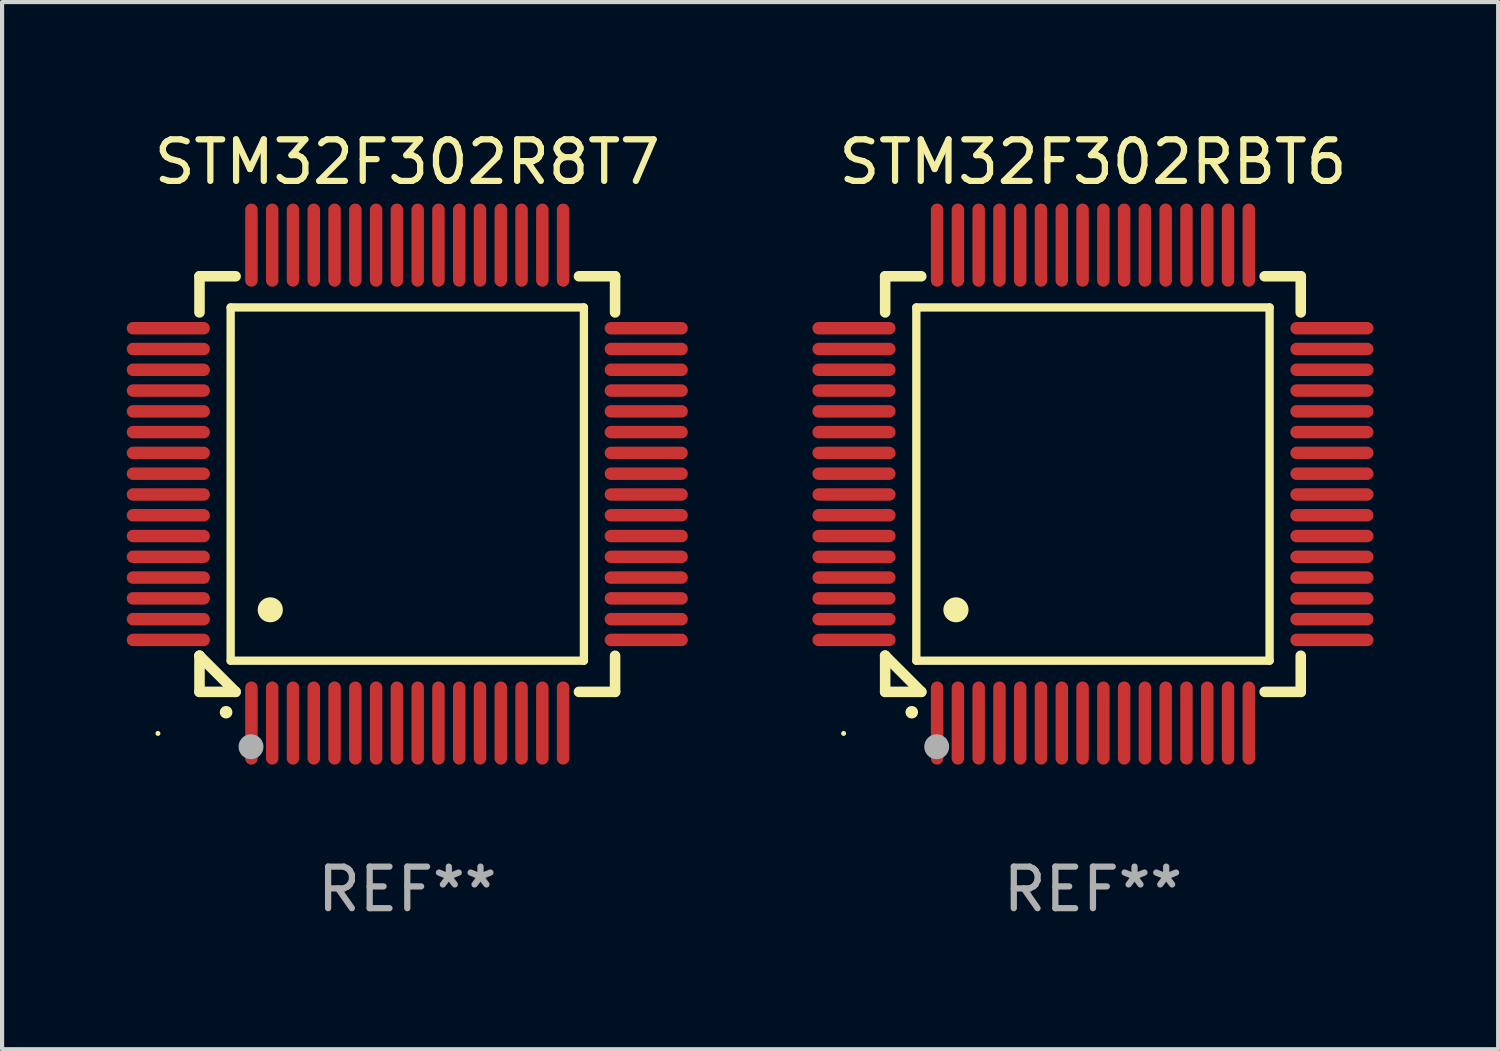
<source format=kicad_pcb>
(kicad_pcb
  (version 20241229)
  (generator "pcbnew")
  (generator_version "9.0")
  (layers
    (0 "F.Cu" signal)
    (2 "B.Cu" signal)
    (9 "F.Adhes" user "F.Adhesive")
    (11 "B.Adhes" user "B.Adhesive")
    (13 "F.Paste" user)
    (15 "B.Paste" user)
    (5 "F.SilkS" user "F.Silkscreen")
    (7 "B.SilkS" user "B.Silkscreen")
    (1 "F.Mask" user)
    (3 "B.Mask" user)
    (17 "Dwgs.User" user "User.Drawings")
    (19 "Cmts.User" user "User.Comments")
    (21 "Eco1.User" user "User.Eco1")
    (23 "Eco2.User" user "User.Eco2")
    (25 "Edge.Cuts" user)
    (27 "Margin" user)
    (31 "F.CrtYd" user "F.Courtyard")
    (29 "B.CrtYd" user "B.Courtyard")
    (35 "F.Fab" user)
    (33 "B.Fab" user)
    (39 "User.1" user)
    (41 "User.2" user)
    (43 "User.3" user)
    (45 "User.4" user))
  (footprint "STM32F302R8T7"
    (layer "F.Cu")
    (at 6.75 8.598)
    (property "Reference" "STM32F302R8T7" (at 0 -7.75 0) (layer "F.SilkS") (effects (font (size 1 1) (thickness 0.15))))
    (attr through_hole)
    (fp_line (start -5 -5) (end -4.131 -5) (stroke (width 0.254) (type solid)) (layer "F.SilkS"))
    (fp_line (start -5 -4.131) (end -5 -5) (stroke (width 0.254) (type solid)) (layer "F.SilkS"))
    (fp_line (start -5 4.131) (end -5 4.131) (stroke (width 0.254) (type solid)) (layer "F.SilkS"))
    (fp_line (start -5 5) (end -5 4.131) (stroke (width 0.254) (type solid)) (layer "F.SilkS"))
    (fp_line (start -5 4.131) (end -4.131 5) (stroke (width 0.254) (type solid)) (layer "F.SilkS"))
    (fp_line (start -4.25 -4.25) (end -4.25 4.25) (stroke (width 0.2) (type solid)) (layer "F.SilkS"))
    (fp_line (start -4.25 4.25) (end 4.25 4.25) (stroke (width 0.2) (type solid)) (layer "F.SilkS"))
    (fp_line (start -4.131 5) (end -5 5) (stroke (width 0.254) (type solid)) (layer "F.SilkS"))
    (fp_line (start 4.25 -4.25) (end -4.25 -4.25) (stroke (width 0.2) (type solid)) (layer "F.SilkS"))
    (fp_line (start 4.25 4.25) (end 4.25 -4.25) (stroke (width 0.2) (type solid)) (layer "F.SilkS"))
    (fp_line (start 5 -5) (end 4.131 -5) (stroke (width 0.254) (type solid)) (layer "F.SilkS"))
    (fp_line (start 5 -5) (end 5 -4.131) (stroke (width 0.254) (type solid)) (layer "F.SilkS"))
    (fp_line (start 5 4.131) (end 5 5) (stroke (width 0.254) (type solid)) (layer "F.SilkS"))
    (fp_line (start 5 5) (end 4.131 5) (stroke (width 0.254) (type solid)) (layer "F.SilkS"))
    (fp_arc (start -4.361265 5.489992) (mid -4.359995 5.489987) (end -4.358725 5.489992) (stroke (width 0.3) (type solid)) (layer "F.SilkS"))
    (fp_arc (start -3.299467 3.025146) (mid -3.296927 3.025135) (end -3.294387 3.025146) (stroke (width 0.6) (type solid)) (layer "F.SilkS"))
    (fp_circle (center -6 6) (end -5.97 6) (stroke (width 0.06) (type solid)) (fill no) (layer "F.SilkS"))
    (fp_circle (center -3.76 6.32) (end -3.61 6.32) (stroke (width 0.3) (type solid)) (fill no) (layer "F.Fab"))
    (fp_text user "REF**" (at 0 9.75 0) (layer "F.Fab") (effects (font (size 1 1) (thickness 0.15))))
    (pad "1" smd oval (at -3.75 5.75) (size 0.3 2) (layers "F.Cu" "F.Mask" "F.Paste"))
    (pad "2" smd oval (at -3.25 5.75) (size 0.3 2) (layers "F.Cu" "F.Mask" "F.Paste"))
    (pad "3" smd oval (at -2.75 5.75) (size 0.3 2) (layers "F.Cu" "F.Mask" "F.Paste"))
    (pad "4" smd oval (at -2.25 5.75) (size 0.3 2) (layers "F.Cu" "F.Mask" "F.Paste"))
    (pad "5" smd oval (at -1.75 5.75) (size 0.3 2) (layers "F.Cu" "F.Mask" "F.Paste"))
    (pad "6" smd oval (at -1.25 5.75) (size 0.3 2) (layers "F.Cu" "F.Mask" "F.Paste"))
    (pad "7" smd oval (at -0.75 5.75) (size 0.3 2) (layers "F.Cu" "F.Mask" "F.Paste"))
    (pad "8" smd oval (at -0.25 5.75) (size 0.3 2) (layers "F.Cu" "F.Mask" "F.Paste"))
    (pad "9" smd oval (at 0.25 5.75) (size 0.3 2) (layers "F.Cu" "F.Mask" "F.Paste"))
    (pad "10" smd oval (at 0.75 5.75) (size 0.3 2) (layers "F.Cu" "F.Mask" "F.Paste"))
    (pad "11" smd oval (at 1.25 5.75) (size 0.3 2) (layers "F.Cu" "F.Mask" "F.Paste"))
    (pad "12" smd oval (at 1.75 5.75) (size 0.3 2) (layers "F.Cu" "F.Mask" "F.Paste"))
    (pad "13" smd oval (at 2.25 5.75) (size 0.3 2) (layers "F.Cu" "F.Mask" "F.Paste"))
    (pad "14" smd oval (at 2.75 5.75) (size 0.3 2) (layers "F.Cu" "F.Mask" "F.Paste"))
    (pad "15" smd oval (at 3.25 5.75) (size 0.3 2) (layers "F.Cu" "F.Mask" "F.Paste"))
    (pad "16" smd oval (at 3.75 5.75) (size 0.3 2) (layers "F.Cu" "F.Mask" "F.Paste"))
    (pad "17" smd oval (at 5.75 3.75) (size 2 0.3) (layers "F.Cu" "F.Mask" "F.Paste"))
    (pad "18" smd oval (at 5.75 3.25) (size 2 0.3) (layers "F.Cu" "F.Mask" "F.Paste"))
    (pad "19" smd oval (at 5.75 2.75) (size 2 0.3) (layers "F.Cu" "F.Mask" "F.Paste"))
    (pad "20" smd oval (at 5.75 2.25) (size 2 0.3) (layers "F.Cu" "F.Mask" "F.Paste"))
    (pad "21" smd oval (at 5.75 1.75) (size 2 0.3) (layers "F.Cu" "F.Mask" "F.Paste"))
    (pad "22" smd oval (at 5.75 1.25) (size 2 0.3) (layers "F.Cu" "F.Mask" "F.Paste"))
    (pad "23" smd oval (at 5.75 0.75) (size 2 0.3) (layers "F.Cu" "F.Mask" "F.Paste"))
    (pad "24" smd oval (at 5.75 0.25) (size 2 0.3) (layers "F.Cu" "F.Mask" "F.Paste"))
    (pad "25" smd oval (at 5.75 -0.25) (size 2 0.3) (layers "F.Cu" "F.Mask" "F.Paste"))
    (pad "26" smd oval (at 5.75 -0.75) (size 2 0.3) (layers "F.Cu" "F.Mask" "F.Paste"))
    (pad "27" smd oval (at 5.75 -1.25) (size 2 0.3) (layers "F.Cu" "F.Mask" "F.Paste"))
    (pad "28" smd oval (at 5.75 -1.75) (size 2 0.3) (layers "F.Cu" "F.Mask" "F.Paste"))
    (pad "29" smd oval (at 5.75 -2.25) (size 2 0.3) (layers "F.Cu" "F.Mask" "F.Paste"))
    (pad "30" smd oval (at 5.75 -2.75) (size 2 0.3) (layers "F.Cu" "F.Mask" "F.Paste"))
    (pad "31" smd oval (at 5.75 -3.25) (size 2 0.3) (layers "F.Cu" "F.Mask" "F.Paste"))
    (pad "32" smd oval (at 5.75 -3.75) (size 2 0.3) (layers "F.Cu" "F.Mask" "F.Paste"))
    (pad "33" smd oval (at 3.75 -5.75) (size 0.3 2) (layers "F.Cu" "F.Mask" "F.Paste"))
    (pad "34" smd oval (at 3.25 -5.75) (size 0.3 2) (layers "F.Cu" "F.Mask" "F.Paste"))
    (pad "35" smd oval (at 2.75 -5.75) (size 0.3 2) (layers "F.Cu" "F.Mask" "F.Paste"))
    (pad "36" smd oval (at 2.25 -5.75) (size 0.3 2) (layers "F.Cu" "F.Mask" "F.Paste"))
    (pad "37" smd oval (at 1.75 -5.75) (size 0.3 2) (layers "F.Cu" "F.Mask" "F.Paste"))
    (pad "38" smd oval (at 1.25 -5.75) (size 0.3 2) (layers "F.Cu" "F.Mask" "F.Paste"))
    (pad "39" smd oval (at 0.75 -5.75) (size 0.3 2) (layers "F.Cu" "F.Mask" "F.Paste"))
    (pad "40" smd oval (at 0.25 -5.75) (size 0.3 2) (layers "F.Cu" "F.Mask" "F.Paste"))
    (pad "41" smd oval (at -0.25 -5.75) (size 0.3 2) (layers "F.Cu" "F.Mask" "F.Paste"))
    (pad "42" smd oval (at -0.75 -5.75) (size 0.3 2) (layers "F.Cu" "F.Mask" "F.Paste"))
    (pad "43" smd oval (at -1.25 -5.75) (size 0.3 2) (layers "F.Cu" "F.Mask" "F.Paste"))
    (pad "44" smd oval (at -1.75 -5.75) (size 0.3 2) (layers "F.Cu" "F.Mask" "F.Paste"))
    (pad "45" smd oval (at -2.25 -5.75) (size 0.3 2) (layers "F.Cu" "F.Mask" "F.Paste"))
    (pad "46" smd oval (at -2.75 -5.75) (size 0.3 2) (layers "F.Cu" "F.Mask" "F.Paste"))
    (pad "47" smd oval (at -3.25 -5.75) (size 0.3 2) (layers "F.Cu" "F.Mask" "F.Paste"))
    (pad "48" smd oval (at -3.75 -5.75) (size 0.3 2) (layers "F.Cu" "F.Mask" "F.Paste"))
    (pad "49" smd oval (at -5.75 -3.75) (size 2 0.3) (layers "F.Cu" "F.Mask" "F.Paste"))
    (pad "50" smd oval (at -5.75 -3.25) (size 2 0.3) (layers "F.Cu" "F.Mask" "F.Paste"))
    (pad "51" smd oval (at -5.75 -2.75) (size 2 0.3) (layers "F.Cu" "F.Mask" "F.Paste"))
    (pad "52" smd oval (at -5.75 -2.25) (size 2 0.3) (layers "F.Cu" "F.Mask" "F.Paste"))
    (pad "53" smd oval (at -5.75 -1.75) (size 2 0.3) (layers "F.Cu" "F.Mask" "F.Paste"))
    (pad "54" smd oval (at -5.75 -1.25) (size 2 0.3) (layers "F.Cu" "F.Mask" "F.Paste"))
    (pad "55" smd oval (at -5.75 -0.75) (size 2 0.3) (layers "F.Cu" "F.Mask" "F.Paste"))
    (pad "56" smd oval (at -5.75 -0.25) (size 2 0.3) (layers "F.Cu" "F.Mask" "F.Paste"))
    (pad "57" smd oval (at -5.75 0.25) (size 2 0.3) (layers "F.Cu" "F.Mask" "F.Paste"))
    (pad "58" smd oval (at -5.75 0.75) (size 2 0.3) (layers "F.Cu" "F.Mask" "F.Paste"))
    (pad "59" smd oval (at -5.75 1.25) (size 2 0.3) (layers "F.Cu" "F.Mask" "F.Paste"))
    (pad "60" smd oval (at -5.75 1.75) (size 2 0.3) (layers "F.Cu" "F.Mask" "F.Paste"))
    (pad "61" smd oval (at -5.75 2.25) (size 2 0.3) (layers "F.Cu" "F.Mask" "F.Paste"))
    (pad "62" smd oval (at -5.75 2.75) (size 2 0.3) (layers "F.Cu" "F.Mask" "F.Paste"))
    (pad "63" smd oval (at -5.75 3.25) (size 2 0.3) (layers "F.Cu" "F.Mask" "F.Paste"))
    (pad "64" smd oval (at -5.75 3.75) (size 2 0.3) (layers "F.Cu" "F.Mask" "F.Paste")))
  (footprint "STM32F302RBT6"
    (layer "F.Cu")
    (at 23.249 8.598)
    (property "Reference" "STM32F302RBT6" (at 0 -7.75 0) (layer "F.SilkS") (effects (font (size 1 1) (thickness 0.15))))
    (attr through_hole)
    (fp_line (start -5 -5) (end -4.131 -5) (stroke (width 0.254) (type solid)) (layer "F.SilkS"))
    (fp_line (start -5 -4.131) (end -5 -5) (stroke (width 0.254) (type solid)) (layer "F.SilkS"))
    (fp_line (start -5 4.131) (end -5 4.131) (stroke (width 0.254) (type solid)) (layer "F.SilkS"))
    (fp_line (start -5 5) (end -5 4.131) (stroke (width 0.254) (type solid)) (layer "F.SilkS"))
    (fp_line (start -5 4.131) (end -4.131 5) (stroke (width 0.254) (type solid)) (layer "F.SilkS"))
    (fp_line (start -4.25 -4.25) (end -4.25 4.25) (stroke (width 0.2) (type solid)) (layer "F.SilkS"))
    (fp_line (start -4.25 4.25) (end 4.25 4.25) (stroke (width 0.2) (type solid)) (layer "F.SilkS"))
    (fp_line (start -4.131 5) (end -5 5) (stroke (width 0.254) (type solid)) (layer "F.SilkS"))
    (fp_line (start 4.25 -4.25) (end -4.25 -4.25) (stroke (width 0.2) (type solid)) (layer "F.SilkS"))
    (fp_line (start 4.25 4.25) (end 4.25 -4.25) (stroke (width 0.2) (type solid)) (layer "F.SilkS"))
    (fp_line (start 5 -5) (end 4.131 -5) (stroke (width 0.254) (type solid)) (layer "F.SilkS"))
    (fp_line (start 5 -5) (end 5 -4.131) (stroke (width 0.254) (type solid)) (layer "F.SilkS"))
    (fp_line (start 5 4.131) (end 5 5) (stroke (width 0.254) (type solid)) (layer "F.SilkS"))
    (fp_line (start 5 5) (end 4.131 5) (stroke (width 0.254) (type solid)) (layer "F.SilkS"))
    (fp_arc (start -4.361265 5.489992) (mid -4.359995 5.489987) (end -4.358725 5.489992) (stroke (width 0.3) (type solid)) (layer "F.SilkS"))
    (fp_arc (start -3.299467 3.025146) (mid -3.296927 3.025135) (end -3.294387 3.025146) (stroke (width 0.6) (type solid)) (layer "F.SilkS"))
    (fp_circle (center -6 6) (end -5.97 6) (stroke (width 0.06) (type solid)) (fill no) (layer "F.SilkS"))
    (fp_circle (center -3.76 6.32) (end -3.61 6.32) (stroke (width 0.3) (type solid)) (fill no) (layer "F.Fab"))
    (fp_text user "REF**" (at 0 9.75 0) (layer "F.Fab") (effects (font (size 1 1) (thickness 0.15))))
    (pad "1" smd oval (at -3.75 5.75) (size 0.3 2) (layers "F.Cu" "F.Mask" "F.Paste"))
    (pad "2" smd oval (at -3.25 5.75) (size 0.3 2) (layers "F.Cu" "F.Mask" "F.Paste"))
    (pad "3" smd oval (at -2.75 5.75) (size 0.3 2) (layers "F.Cu" "F.Mask" "F.Paste"))
    (pad "4" smd oval (at -2.25 5.75) (size 0.3 2) (layers "F.Cu" "F.Mask" "F.Paste"))
    (pad "5" smd oval (at -1.75 5.75) (size 0.3 2) (layers "F.Cu" "F.Mask" "F.Paste"))
    (pad "6" smd oval (at -1.25 5.75) (size 0.3 2) (layers "F.Cu" "F.Mask" "F.Paste"))
    (pad "7" smd oval (at -0.75 5.75) (size 0.3 2) (layers "F.Cu" "F.Mask" "F.Paste"))
    (pad "8" smd oval (at -0.25 5.75) (size 0.3 2) (layers "F.Cu" "F.Mask" "F.Paste"))
    (pad "9" smd oval (at 0.25 5.75) (size 0.3 2) (layers "F.Cu" "F.Mask" "F.Paste"))
    (pad "10" smd oval (at 0.75 5.75) (size 0.3 2) (layers "F.Cu" "F.Mask" "F.Paste"))
    (pad "11" smd oval (at 1.25 5.75) (size 0.3 2) (layers "F.Cu" "F.Mask" "F.Paste"))
    (pad "12" smd oval (at 1.75 5.75) (size 0.3 2) (layers "F.Cu" "F.Mask" "F.Paste"))
    (pad "13" smd oval (at 2.25 5.75) (size 0.3 2) (layers "F.Cu" "F.Mask" "F.Paste"))
    (pad "14" smd oval (at 2.75 5.75) (size 0.3 2) (layers "F.Cu" "F.Mask" "F.Paste"))
    (pad "15" smd oval (at 3.25 5.75) (size 0.3 2) (layers "F.Cu" "F.Mask" "F.Paste"))
    (pad "16" smd oval (at 3.75 5.75) (size 0.3 2) (layers "F.Cu" "F.Mask" "F.Paste"))
    (pad "17" smd oval (at 5.75 3.75) (size 2 0.3) (layers "F.Cu" "F.Mask" "F.Paste"))
    (pad "18" smd oval (at 5.75 3.25) (size 2 0.3) (layers "F.Cu" "F.Mask" "F.Paste"))
    (pad "19" smd oval (at 5.75 2.75) (size 2 0.3) (layers "F.Cu" "F.Mask" "F.Paste"))
    (pad "20" smd oval (at 5.75 2.25) (size 2 0.3) (layers "F.Cu" "F.Mask" "F.Paste"))
    (pad "21" smd oval (at 5.75 1.75) (size 2 0.3) (layers "F.Cu" "F.Mask" "F.Paste"))
    (pad "22" smd oval (at 5.75 1.25) (size 2 0.3) (layers "F.Cu" "F.Mask" "F.Paste"))
    (pad "23" smd oval (at 5.75 0.75) (size 2 0.3) (layers "F.Cu" "F.Mask" "F.Paste"))
    (pad "24" smd oval (at 5.75 0.25) (size 2 0.3) (layers "F.Cu" "F.Mask" "F.Paste"))
    (pad "25" smd oval (at 5.75 -0.25) (size 2 0.3) (layers "F.Cu" "F.Mask" "F.Paste"))
    (pad "26" smd oval (at 5.75 -0.75) (size 2 0.3) (layers "F.Cu" "F.Mask" "F.Paste"))
    (pad "27" smd oval (at 5.75 -1.25) (size 2 0.3) (layers "F.Cu" "F.Mask" "F.Paste"))
    (pad "28" smd oval (at 5.75 -1.75) (size 2 0.3) (layers "F.Cu" "F.Mask" "F.Paste"))
    (pad "29" smd oval (at 5.75 -2.25) (size 2 0.3) (layers "F.Cu" "F.Mask" "F.Paste"))
    (pad "30" smd oval (at 5.75 -2.75) (size 2 0.3) (layers "F.Cu" "F.Mask" "F.Paste"))
    (pad "31" smd oval (at 5.75 -3.25) (size 2 0.3) (layers "F.Cu" "F.Mask" "F.Paste"))
    (pad "32" smd oval (at 5.75 -3.75) (size 2 0.3) (layers "F.Cu" "F.Mask" "F.Paste"))
    (pad "33" smd oval (at 3.75 -5.75) (size 0.3 2) (layers "F.Cu" "F.Mask" "F.Paste"))
    (pad "34" smd oval (at 3.25 -5.75) (size 0.3 2) (layers "F.Cu" "F.Mask" "F.Paste"))
    (pad "35" smd oval (at 2.75 -5.75) (size 0.3 2) (layers "F.Cu" "F.Mask" "F.Paste"))
    (pad "36" smd oval (at 2.25 -5.75) (size 0.3 2) (layers "F.Cu" "F.Mask" "F.Paste"))
    (pad "37" smd oval (at 1.75 -5.75) (size 0.3 2) (layers "F.Cu" "F.Mask" "F.Paste"))
    (pad "38" smd oval (at 1.25 -5.75) (size 0.3 2) (layers "F.Cu" "F.Mask" "F.Paste"))
    (pad "39" smd oval (at 0.75 -5.75) (size 0.3 2) (layers "F.Cu" "F.Mask" "F.Paste"))
    (pad "40" smd oval (at 0.25 -5.75) (size 0.3 2) (layers "F.Cu" "F.Mask" "F.Paste"))
    (pad "41" smd oval (at -0.25 -5.75) (size 0.3 2) (layers "F.Cu" "F.Mask" "F.Paste"))
    (pad "42" smd oval (at -0.75 -5.75) (size 0.3 2) (layers "F.Cu" "F.Mask" "F.Paste"))
    (pad "43" smd oval (at -1.25 -5.75) (size 0.3 2) (layers "F.Cu" "F.Mask" "F.Paste"))
    (pad "44" smd oval (at -1.75 -5.75) (size 0.3 2) (layers "F.Cu" "F.Mask" "F.Paste"))
    (pad "45" smd oval (at -2.25 -5.75) (size 0.3 2) (layers "F.Cu" "F.Mask" "F.Paste"))
    (pad "46" smd oval (at -2.75 -5.75) (size 0.3 2) (layers "F.Cu" "F.Mask" "F.Paste"))
    (pad "47" smd oval (at -3.25 -5.75) (size 0.3 2) (layers "F.Cu" "F.Mask" "F.Paste"))
    (pad "48" smd oval (at -3.75 -5.75) (size 0.3 2) (layers "F.Cu" "F.Mask" "F.Paste"))
    (pad "49" smd oval (at -5.75 -3.75) (size 2 0.3) (layers "F.Cu" "F.Mask" "F.Paste"))
    (pad "50" smd oval (at -5.75 -3.25) (size 2 0.3) (layers "F.Cu" "F.Mask" "F.Paste"))
    (pad "51" smd oval (at -5.75 -2.75) (size 2 0.3) (layers "F.Cu" "F.Mask" "F.Paste"))
    (pad "52" smd oval (at -5.75 -2.25) (size 2 0.3) (layers "F.Cu" "F.Mask" "F.Paste"))
    (pad "53" smd oval (at -5.75 -1.75) (size 2 0.3) (layers "F.Cu" "F.Mask" "F.Paste"))
    (pad "54" smd oval (at -5.75 -1.25) (size 2 0.3) (layers "F.Cu" "F.Mask" "F.Paste"))
    (pad "55" smd oval (at -5.75 -0.75) (size 2 0.3) (layers "F.Cu" "F.Mask" "F.Paste"))
    (pad "56" smd oval (at -5.75 -0.25) (size 2 0.3) (layers "F.Cu" "F.Mask" "F.Paste"))
    (pad "57" smd oval (at -5.75 0.25) (size 2 0.3) (layers "F.Cu" "F.Mask" "F.Paste"))
    (pad "58" smd oval (at -5.75 0.75) (size 2 0.3) (layers "F.Cu" "F.Mask" "F.Paste"))
    (pad "59" smd oval (at -5.75 1.25) (size 2 0.3) (layers "F.Cu" "F.Mask" "F.Paste"))
    (pad "60" smd oval (at -5.75 1.75) (size 2 0.3) (layers "F.Cu" "F.Mask" "F.Paste"))
    (pad "61" smd oval (at -5.75 2.25) (size 2 0.3) (layers "F.Cu" "F.Mask" "F.Paste"))
    (pad "62" smd oval (at -5.75 2.75) (size 2 0.3) (layers "F.Cu" "F.Mask" "F.Paste"))
    (pad "63" smd oval (at -5.75 3.25) (size 2 0.3) (layers "F.Cu" "F.Mask" "F.Paste"))
    (pad "64" smd oval (at -5.75 3.75) (size 2 0.3) (layers "F.Cu" "F.Mask" "F.Paste")))
  (gr_rect
    (start -3 -3)
    (end 32.999 22.196)
    (stroke (width 0.1) (type default))
    (fill no)
    (layer "Edge.Cuts")))
</source>
